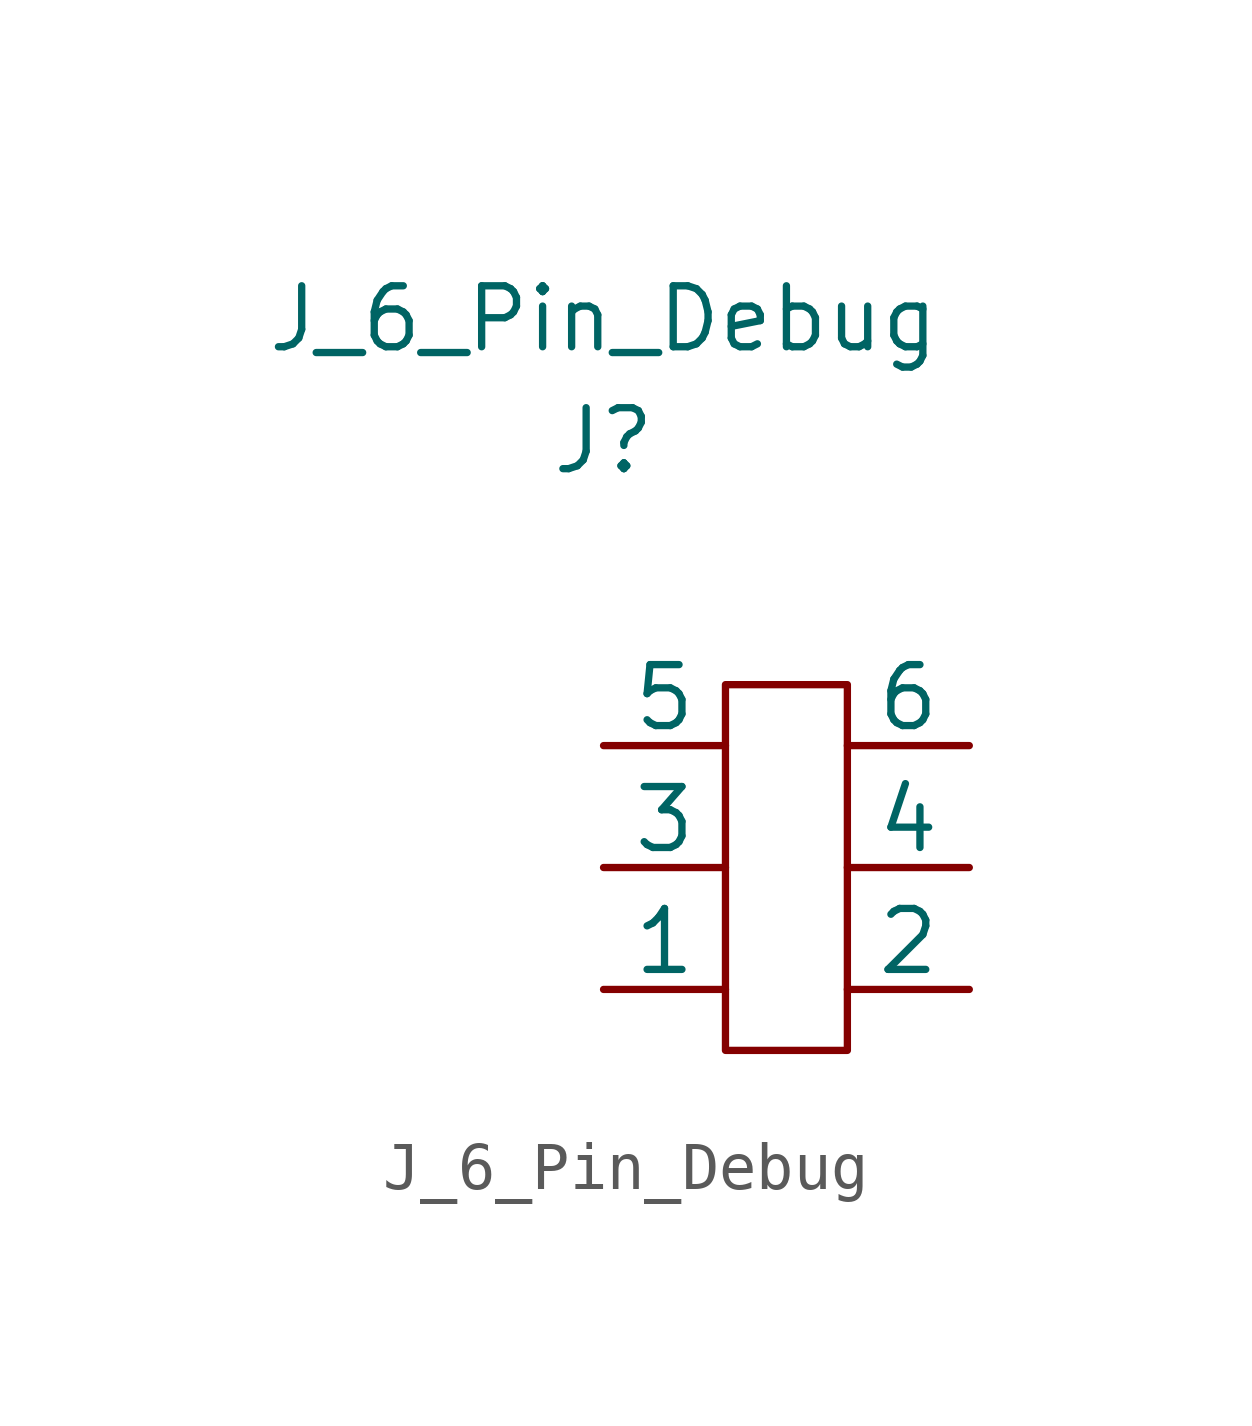
<source format=kicad_sym>
(kicad_symbol_lib
  (version 20220914)
  (generator kicad_symbol_editor)
  (symbol "J_6_Pin_Debug"
    (pin_numbers hide)
    (pin_names
      (offset 0))
    (property "Reference" "J"
      (at 0 6.35 0)
      (effects (font (size 1.27 1.27))))
    (property "Value" "J_6_Pin_Debug"
      (at 0 8.89 0)
      (effects (font (size 1.27 1.27))))
    (symbol "J_6_Pin_Debug_0_1"
      (rectangle (start 2.54 1.27) (end 5.08 -6.35) (stroke (width 0) (type solid)) (fill (type none))))
    (symbol "J_6_Pin_Debug_1_1"
      (pin input line (at 0 -5.08 0) (length 2.54) (name "1" (effects (font (size 1.27 1.27)))) (number "1" (effects (font (size 1.27 1.27)))))
      (pin input line (at 7.62 -5.08 180) (length 2.54) (name "2" (effects (font (size 1.27 1.27)))) (number "2" (effects (font (size 1.27 1.27)))))
      (pin input line (at 0 -2.54 0) (length 2.54) (name "3" (effects (font (size 1.27 1.27)))) (number "3" (effects (font (size 1.27 1.27)))))
      (pin input line (at 7.62 -2.54 180) (length 2.54) (name "4" (effects (font (size 1.27 1.27)))) (number "4" (effects (font (size 1.27 1.27)))))
      (pin input line (at 0 0 0) (length 2.54) (name "5" (effects (font (size 1.27 1.27)))) (number "5" (effects (font (size 1.27 1.27)))))
      (pin input line (at 7.62 0 180) (length 2.54) (name "6" (effects (font (size 1.27 1.27)))) (number "6" (effects (font (size 1.27 1.27))))))))
</source>
